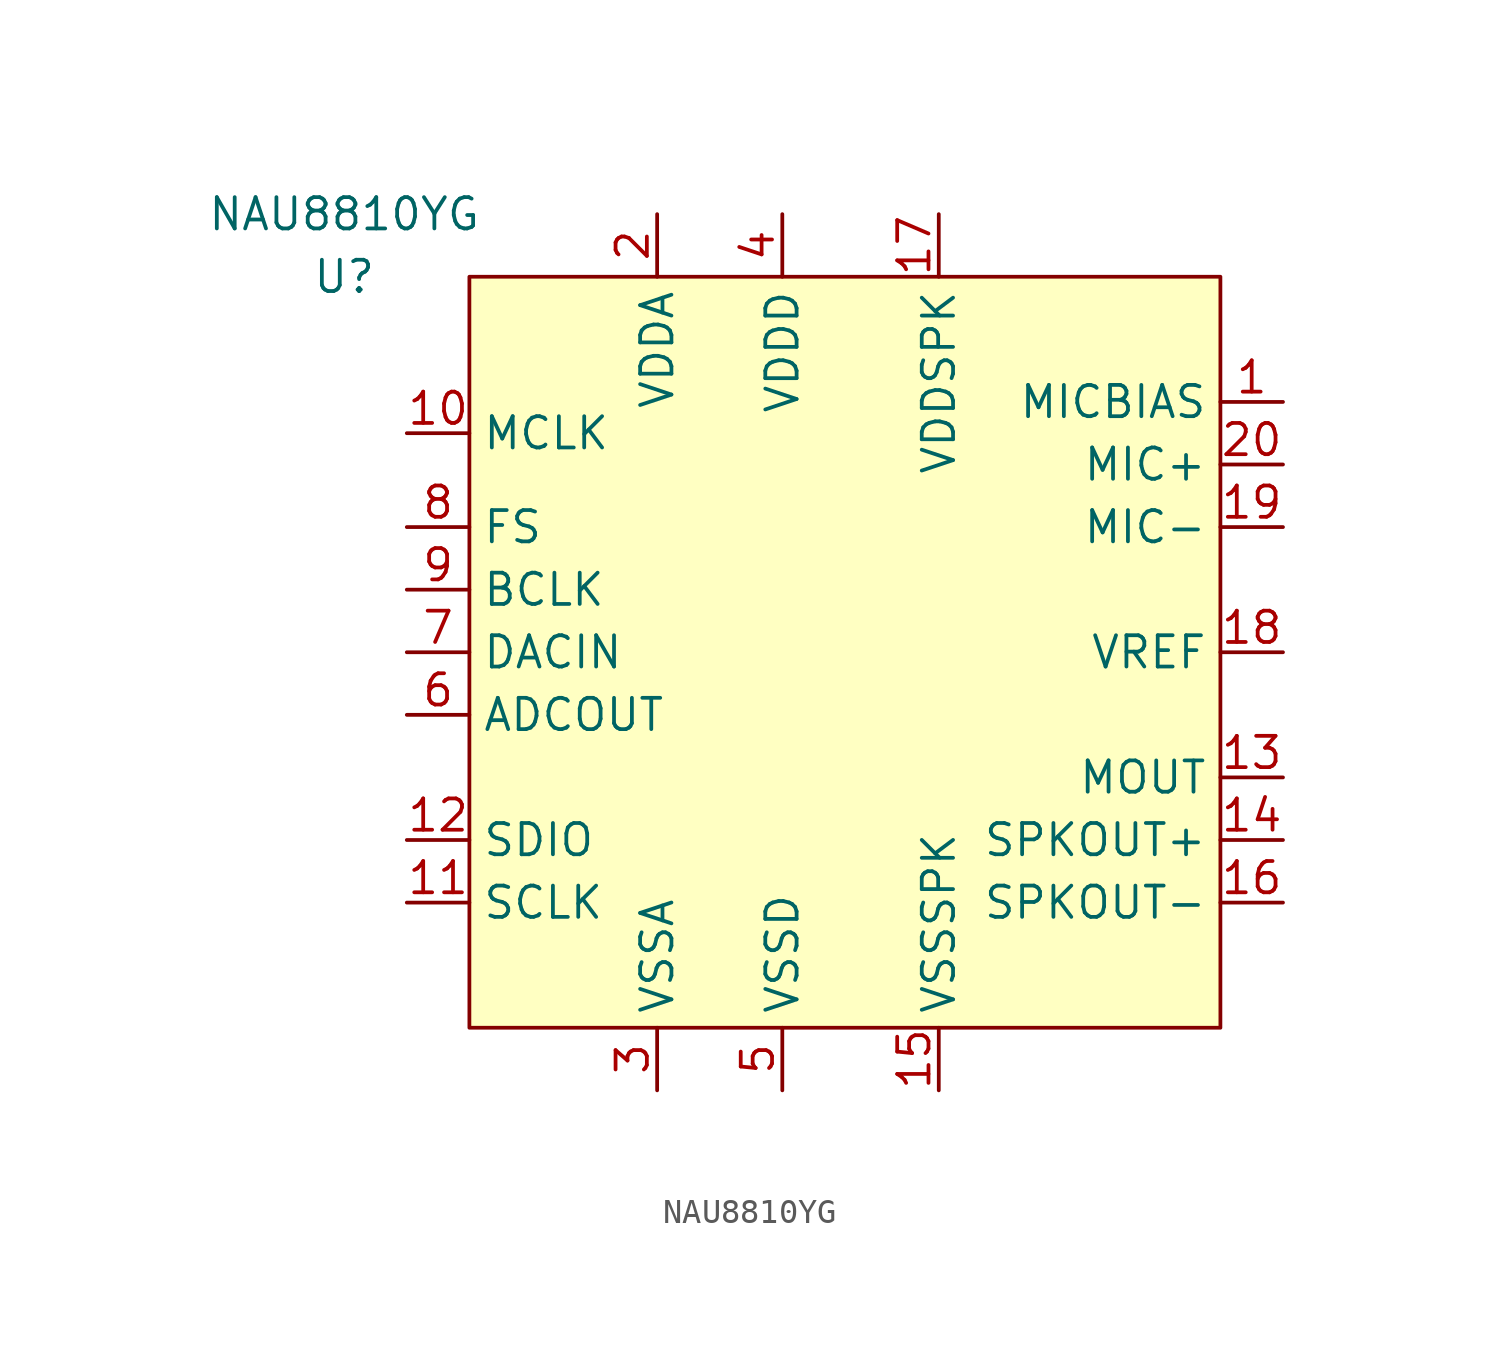
<source format=kicad_sym>
(kicad_symbol_lib
  (version 20211014)
  (generator kicad_symbol_editor)
  (symbol "NAU8810YG"
    (property "Reference" "U"
      (at 0 0 0)
      (effects (font (size 1.27 1.27))))
    (property "Value" "NAU8810YG"
      (at 0 2.54 0)
      (effects (font (size 1.27 1.27))))
    (symbol "NAU8810YG_0_0"
      (pin output line (at 38.1 -5.08 180) (length 2.54) (name "MICBIAS" (effects (font (size 1.27 1.27)))) (number "1" (effects (font (size 1.27 1.27)))))
      (pin input line (at 2.54 -6.35 0) (length 2.54) (name "MCLK" (effects (font (size 1.27 1.27)))) (number "10" (effects (font (size 1.27 1.27)))))
      (pin input line (at 2.54 -25.4 0) (length 2.54) (name "SCLK" (effects (font (size 1.27 1.27)))) (number "11" (effects (font (size 1.27 1.27)))))
      (pin input line (at 2.54 -22.86 0) (length 2.54) (name "SDIO" (effects (font (size 1.27 1.27)))) (number "12" (effects (font (size 1.27 1.27)))))
      (pin output line (at 38.1 -20.32 180) (length 2.54) (name "MOUT" (effects (font (size 1.27 1.27)))) (number "13" (effects (font (size 1.27 1.27)))))
      (pin output line (at 38.1 -22.86 180) (length 2.54) (name "SPKOUT+" (effects (font (size 1.27 1.27)))) (number "14" (effects (font (size 1.27 1.27)))))
      (pin power_in line (at 24.13 -33.02 90) (length 2.54) (name "VSSSPK" (effects (font (size 1.27 1.27)))) (number "15" (effects (font (size 1.27 1.27)))))
      (pin output line (at 38.1 -25.4 180) (length 2.54) (name "SPKOUT-" (effects (font (size 1.27 1.27)))) (number "16" (effects (font (size 1.27 1.27)))))
      (pin power_in line (at 24.13 2.54 270) (length 2.54) (name "VDDSPK" (effects (font (size 1.27 1.27)))) (number "17" (effects (font (size 1.27 1.27)))))
      (pin output line (at 38.1 -15.24 180) (length 2.54) (name "VREF" (effects (font (size 1.27 1.27)))) (number "18" (effects (font (size 1.27 1.27)))))
      (pin input line (at 38.1 -10.16 180) (length 2.54) (name "MIC-" (effects (font (size 1.27 1.27)))) (number "19" (effects (font (size 1.27 1.27)))))
      (pin power_in line (at 12.7 2.54 270) (length 2.54) (name "VDDA" (effects (font (size 1.27 1.27)))) (number "2" (effects (font (size 1.27 1.27)))))
      (pin input line (at 38.1 -7.62 180) (length 2.54) (name "MIC+" (effects (font (size 1.27 1.27)))) (number "20" (effects (font (size 1.27 1.27)))))
      (pin power_in line (at 12.7 -33.02 90) (length 2.54) (name "VSSA" (effects (font (size 1.27 1.27)))) (number "3" (effects (font (size 1.27 1.27)))))
      (pin power_in line (at 17.78 2.54 270) (length 2.54) (name "VDDD" (effects (font (size 1.27 1.27)))) (number "4" (effects (font (size 1.27 1.27)))))
      (pin power_in line (at 17.78 -33.02 90) (length 2.54) (name "VSSD" (effects (font (size 1.27 1.27)))) (number "5" (effects (font (size 1.27 1.27)))))
      (pin output line (at 2.54 -17.78 0) (length 2.54) (name "ADCOUT" (effects (font (size 1.27 1.27)))) (number "6" (effects (font (size 1.27 1.27)))))
      (pin input line (at 2.54 -15.24 0) (length 2.54) (name "DACIN" (effects (font (size 1.27 1.27)))) (number "7" (effects (font (size 1.27 1.27)))))
      (pin input line (at 2.54 -10.16 0) (length 2.54) (name "FS" (effects (font (size 1.27 1.27)))) (number "8" (effects (font (size 1.27 1.27)))))
      (pin input line (at 2.54 -12.7 0) (length 2.54) (name "BCLK" (effects (font (size 1.27 1.27)))) (number "9" (effects (font (size 1.27 1.27))))))
    (symbol "NAU8810YG_0_1"
      (rectangle (start 5.08 0) (end 35.56 -30.48) (stroke (width 0) (type default) (color 0 0 0 0)) (fill (type background))))))
</source>
